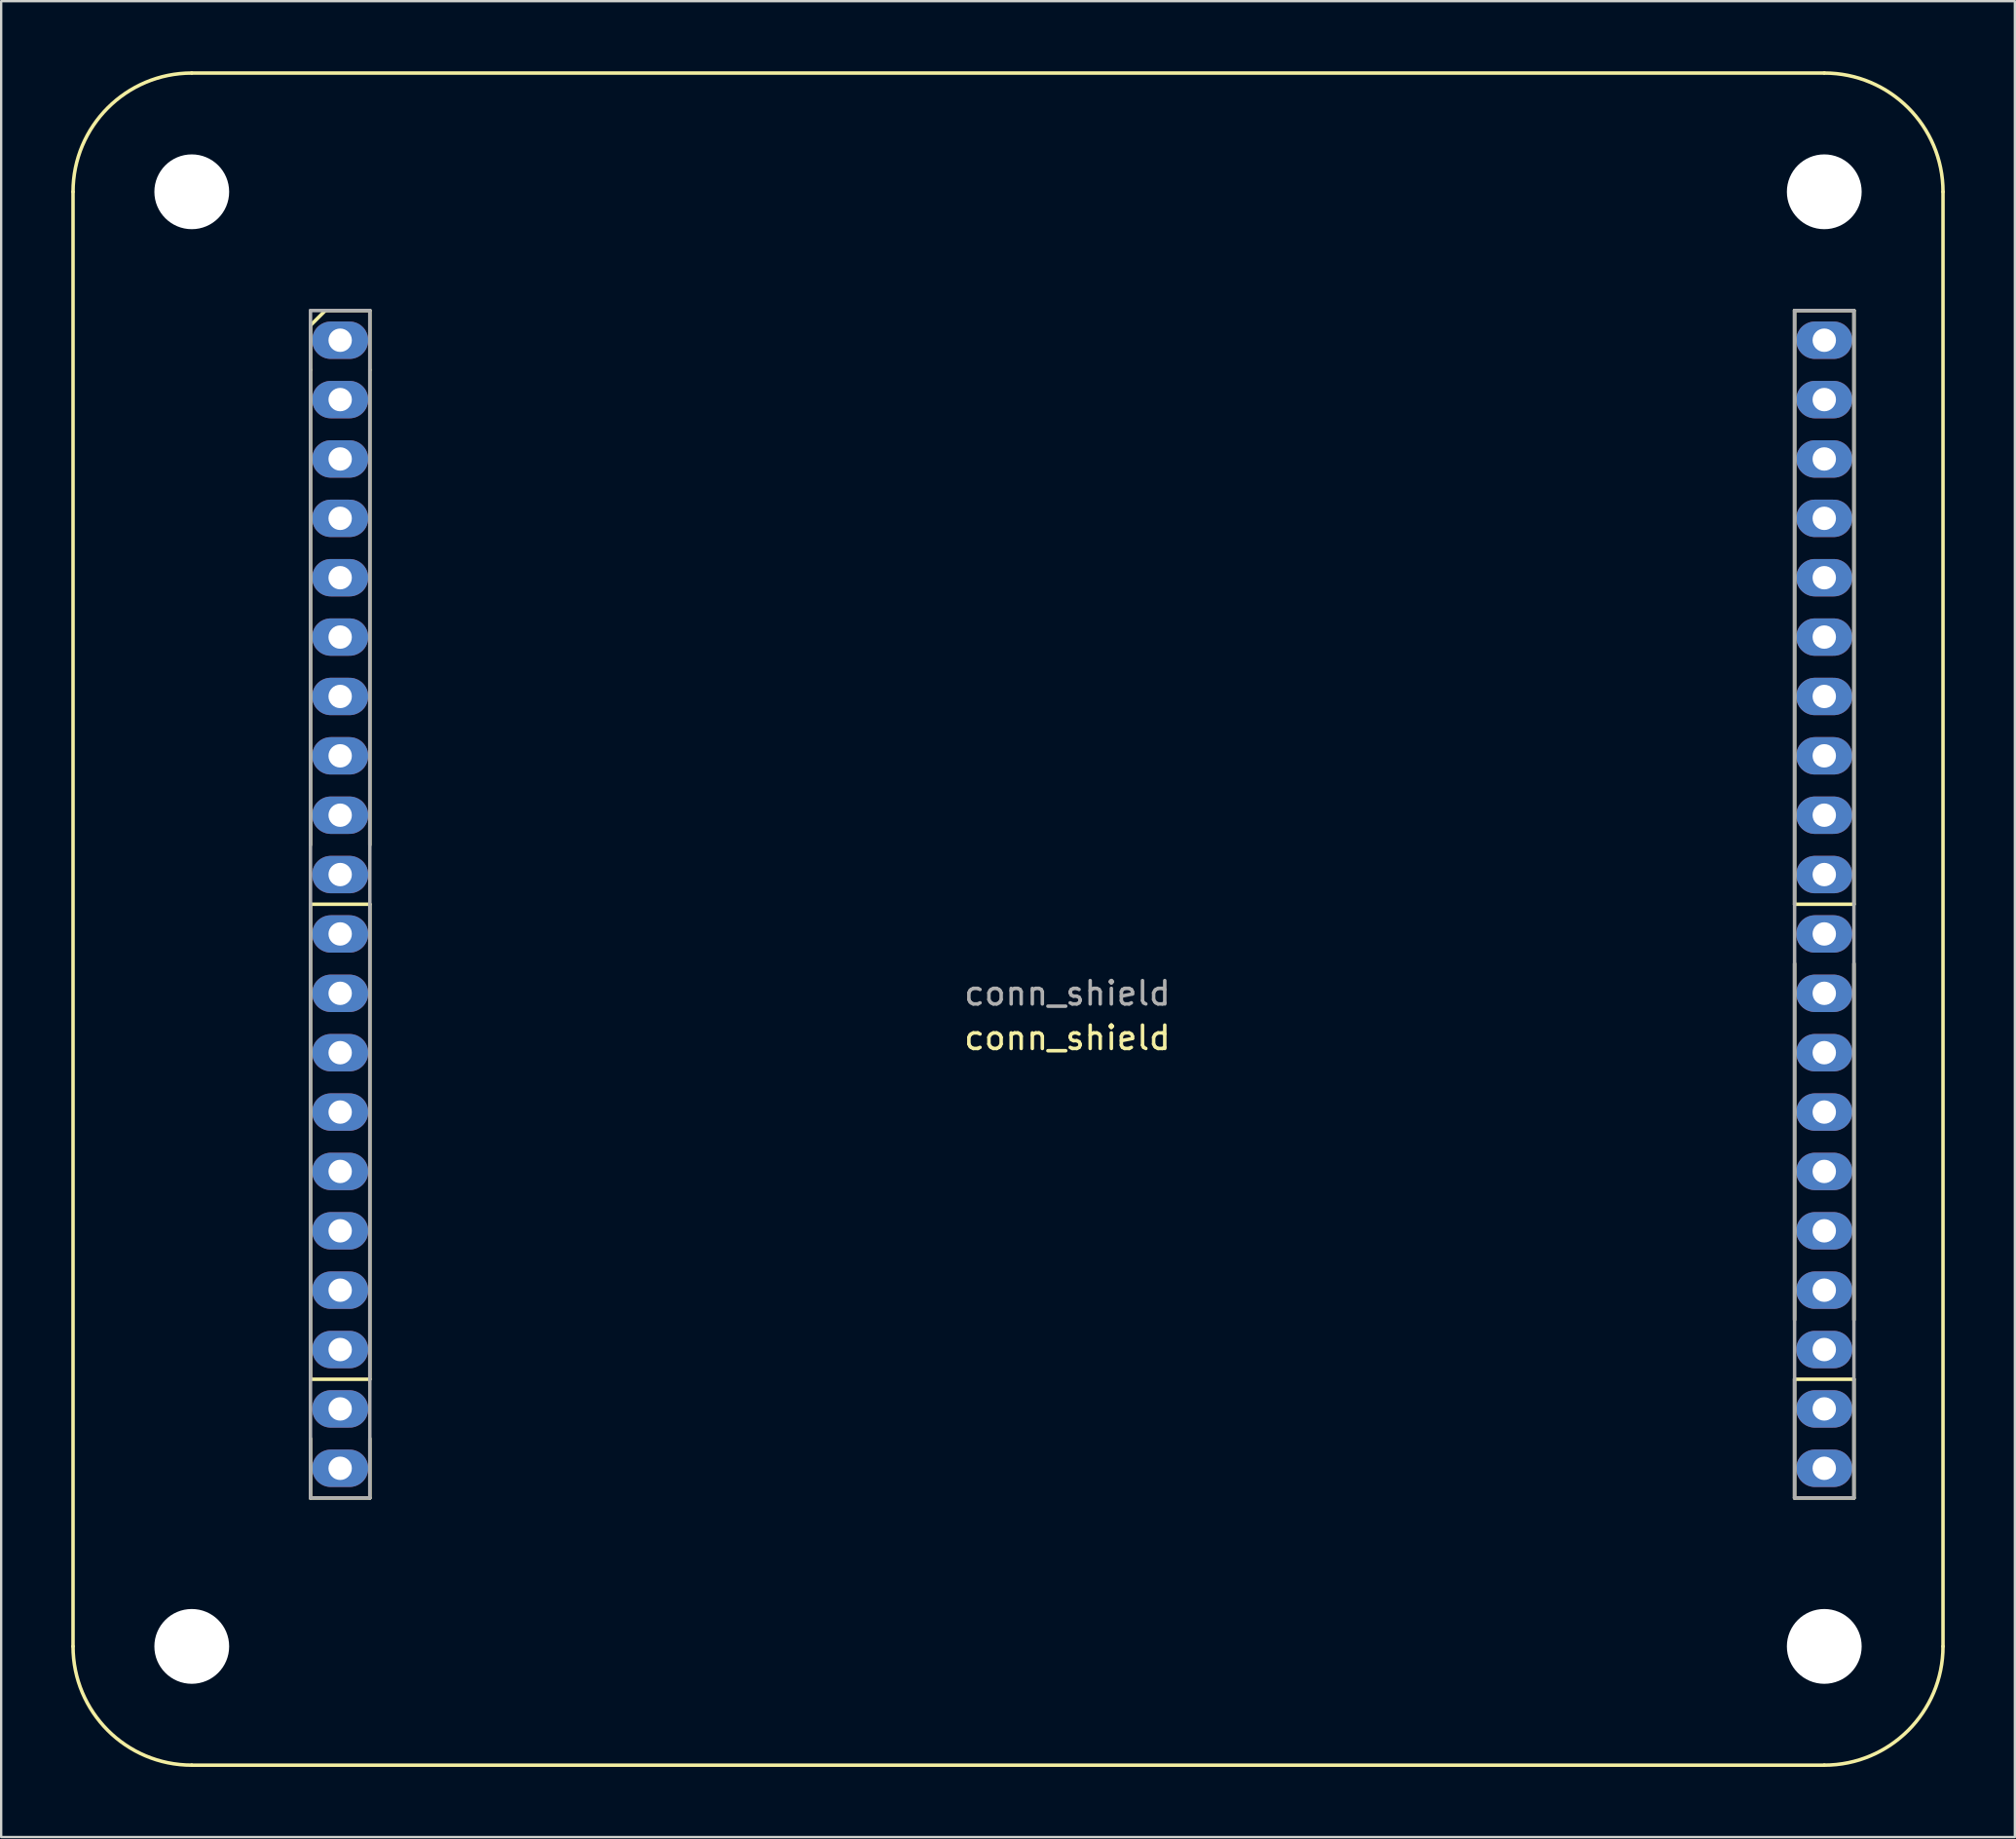
<source format=kicad_pcb>
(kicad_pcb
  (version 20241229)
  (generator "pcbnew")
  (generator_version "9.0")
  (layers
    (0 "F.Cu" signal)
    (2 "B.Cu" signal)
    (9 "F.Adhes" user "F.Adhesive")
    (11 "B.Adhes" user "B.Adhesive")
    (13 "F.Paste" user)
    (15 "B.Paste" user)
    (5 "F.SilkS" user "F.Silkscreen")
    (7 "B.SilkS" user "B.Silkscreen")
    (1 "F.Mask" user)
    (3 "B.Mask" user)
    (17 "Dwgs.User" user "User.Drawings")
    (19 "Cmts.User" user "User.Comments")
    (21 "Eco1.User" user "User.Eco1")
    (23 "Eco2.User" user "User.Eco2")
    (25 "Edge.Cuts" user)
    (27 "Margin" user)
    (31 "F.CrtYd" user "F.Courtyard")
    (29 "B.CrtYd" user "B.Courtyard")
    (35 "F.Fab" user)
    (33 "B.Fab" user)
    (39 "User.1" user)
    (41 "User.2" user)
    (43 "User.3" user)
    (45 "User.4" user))
  (footprint "conn_shield"
    (layer "F.Cu")
    (at 11.505 59.765)
    (property "Reference" "conn_shield" (at 31.115 -18.415 180) (layer "F.SilkS") (effects (font (size 1 1) (thickness 0.15))))
    (attr through_hole)
    (fp_line (start -11.43 -54.61) (end -11.43 7.62) (stroke (width 0.15) (type solid)) (layer "F.SilkS"))
    (fp_line (start -6.35 12.7) (end 63.5 12.7) (stroke (width 0.15) (type solid)) (layer "F.SilkS"))
    (fp_line (start -1.27 -48.895) (end -1.27 -46.99) (stroke (width 0.15) (type solid)) (layer "F.SilkS"))
    (fp_line (start -1.27 -48.895) (end -0.635 -49.53) (stroke (width 0.15) (type solid)) (layer "F.SilkS"))
    (fp_line (start -1.27 -46.99) (end -1.27 -26.67) (stroke (width 0.15) (type solid)) (layer "F.SilkS"))
    (fp_line (start -1.27 -24.13) (end -1.27 -3.81) (stroke (width 0.15) (type solid)) (layer "F.SilkS"))
    (fp_line (start -1.27 -3.81) (end 1.27 -3.81) (stroke (width 0.15) (type solid)) (layer "F.SilkS"))
    (fp_line (start -1.27 -1.27) (end -1.27 1.27) (stroke (width 0.15) (type solid)) (layer "F.SilkS"))
    (fp_line (start -1.27 1.27) (end 1.27 1.27) (stroke (width 0.15) (type solid)) (layer "F.SilkS"))
    (fp_line (start -0.635 -49.53) (end 1.27 -49.53) (stroke (width 0.15) (type solid)) (layer "F.SilkS"))
    (fp_line (start 1.27 -49.53) (end 1.27 -46.99) (stroke (width 0.15) (type solid)) (layer "F.SilkS"))
    (fp_line (start 1.27 -26.67) (end 1.27 -46.99) (stroke (width 0.15) (type solid)) (layer "F.SilkS"))
    (fp_line (start 1.27 -24.13) (end -1.27 -24.13) (stroke (width 0.15) (type solid)) (layer "F.SilkS"))
    (fp_line (start 1.27 -3.81) (end 1.27 -24.13) (stroke (width 0.15) (type solid)) (layer "F.SilkS"))
    (fp_line (start 1.27 1.27) (end 1.27 -1.27) (stroke (width 0.15) (type solid)) (layer "F.SilkS"))
    (fp_line (start 62.23 -49.53) (end 64.77 -49.53) (stroke (width 0.15) (type solid)) (layer "F.SilkS"))
    (fp_line (start 62.23 -24.13) (end 62.23 -49.53) (stroke (width 0.15) (type solid)) (layer "F.SilkS"))
    (fp_line (start 62.23 -21.59) (end 62.23 -6.35) (stroke (width 0.15) (type solid)) (layer "F.SilkS"))
    (fp_line (start 62.23 -3.81) (end 62.23 1.27) (stroke (width 0.15) (type solid)) (layer "F.SilkS"))
    (fp_line (start 62.23 1.27) (end 64.77 1.27) (stroke (width 0.15) (type solid)) (layer "F.SilkS"))
    (fp_line (start 63.5 -59.69) (end -6.35 -59.69) (stroke (width 0.15) (type solid)) (layer "F.SilkS"))
    (fp_line (start 64.77 -49.53) (end 64.77 -24.13) (stroke (width 0.15) (type solid)) (layer "F.SilkS"))
    (fp_line (start 64.77 -24.13) (end 62.23 -24.13) (stroke (width 0.15) (type solid)) (layer "F.SilkS"))
    (fp_line (start 64.77 -6.35) (end 64.77 -21.59) (stroke (width 0.15) (type solid)) (layer "F.SilkS"))
    (fp_line (start 64.77 -3.81) (end 62.23 -3.81) (stroke (width 0.15) (type solid)) (layer "F.SilkS"))
    (fp_line (start 64.77 1.27) (end 64.77 -3.81) (stroke (width 0.15) (type solid)) (layer "F.SilkS"))
    (fp_line (start 68.58 -54.61) (end 68.58 7.62) (stroke (width 0.15) (type solid)) (layer "F.SilkS"))
    (fp_arc (start -11.43 -54.61) (mid -9.942102 -58.202102) (end -6.35 -59.69) (stroke (width 0.15) (type solid)) (layer "F.SilkS"))
    (fp_arc (start -6.35 12.7) (mid -9.942102 11.212102) (end -11.43 7.62) (stroke (width 0.15) (type solid)) (layer "F.SilkS"))
    (fp_arc (start 63.5 -59.69) (mid 67.092102 -58.202102) (end 68.58 -54.61) (stroke (width 0.15) (type solid)) (layer "F.SilkS"))
    (fp_arc (start 68.58 7.62) (mid 67.092102 11.212102) (end 63.5 12.7) (stroke (width 0.15) (type solid)) (layer "F.SilkS"))
    (fp_line (start -1.27 -49.53) (end -1.27 1.27) (stroke (width 0.15) (type solid)) (layer "F.Fab"))
    (fp_line (start -1.27 1.27) (end 1.27 1.27) (stroke (width 0.15) (type solid)) (layer "F.Fab"))
    (fp_line (start 1.27 -49.53) (end -1.27 -49.53) (stroke (width 0.15) (type solid)) (layer "F.Fab"))
    (fp_line (start 1.27 1.27) (end 1.27 -49.53) (stroke (width 0.15) (type solid)) (layer "F.Fab"))
    (fp_line (start 62.23 -49.53) (end 64.77 -49.53) (stroke (width 0.15) (type solid)) (layer "F.Fab"))
    (fp_line (start 62.23 1.27) (end 62.23 -49.53) (stroke (width 0.15) (type solid)) (layer "F.Fab"))
    (fp_line (start 64.77 -49.53) (end 64.77 1.27) (stroke (width 0.15) (type solid)) (layer "F.Fab"))
    (fp_line (start 64.77 1.27) (end 62.23 1.27) (stroke (width 0.15) (type solid)) (layer "F.Fab"))
    (fp_text user "${REFERENCE}" (at 31.115 -20.32 0) (layer "F.Fab") (effects (font (size 1 1) (thickness 0.15))))
    (pad "" np_thru_hole circle (at -6.35 -54.61) (size 3.2 3.2) (drill 3.2) (layers "*.Cu" "*.Mask"))
    (pad "" np_thru_hole circle (at -6.35 7.62) (size 3.2 3.2) (drill 3.2) (layers "*.Cu" "*.Mask"))
    (pad "" np_thru_hole circle (at 63.5 -54.61) (size 3.2 3.2) (drill 3.2) (layers "*.Cu" "*.Mask"))
    (pad "" np_thru_hole circle (at 63.5 7.62) (size 3.2 3.2) (drill 3.2) (layers "*.Cu" "*.Mask"))
    (pad "A0" thru_hole oval (at 63.5 -17.78) (size 2.4 1.6) (drill 1) (layers "*.Cu" "*.Mask"))
    (pad "A1" thru_hole oval (at 63.5 -20.32) (size 2.4 1.6) (drill 1) (layers "*.Cu" "*.Mask"))
    (pad "A7" thru_hole oval (at 0 -30.48) (size 2.4 1.6) (drill 1) (layers "*.Cu" "*.Mask"))
    (pad "A8" thru_hole oval (at 0 -33.02) (size 2.4 1.6) (drill 1) (layers "*.Cu" "*.Mask"))
    (pad "A9" thru_hole oval (at 0 -35.56) (size 2.4 1.6) (drill 1) (layers "*.Cu" "*.Mask"))
    (pad "A10" thru_hole oval (at 0 -38.1) (size 2.4 1.6) (drill 1) (layers "*.Cu" "*.Mask"))
    (pad "B0" thru_hole oval (at 63.5 -7.62) (size 2.4 1.6) (drill 1) (layers "*.Cu" "*.Mask"))
    (pad "B1" thru_hole oval (at 63.5 -10.16) (size 2.4 1.6) (drill 1) (layers "*.Cu" "*.Mask"))
    (pad "B2" thru_hole oval (at 63.5 -12.7) (size 2.4 1.6) (drill 1) (layers "*.Cu" "*.Mask"))
    (pad "B3" thru_hole oval (at 63.5 -15.24) (size 2.4 1.6) (drill 1) (layers "*.Cu" "*.Mask"))
    (pad "B4" thru_hole oval (at 0 -7.62) (size 2.4 1.6) (drill 1) (layers "*.Cu" "*.Mask"))
    (pad "B5" thru_hole oval (at 0 -10.16) (size 2.4 1.6) (drill 1) (layers "*.Cu" "*.Mask"))
    (pad "B6" thru_hole oval (at 0 -12.7) (size 2.4 1.6) (drill 1) (layers "*.Cu" "*.Mask"))
    (pad "B7" thru_hole oval (at 0 -15.24) (size 2.4 1.6) (drill 1) (layers "*.Cu" "*.Mask"))
    (pad "B12" thru_hole oval (at 0 -17.78) (size 2.4 1.6) (drill 1) (layers "*.Cu" "*.Mask"))
    (pad "B13" thru_hole oval (at 0 -20.32) (size 2.4 1.6) (drill 1) (layers "*.Cu" "*.Mask"))
    (pad "C0" thru_hole oval (at 63.5 -25.4) (size 2.4 1.6) (drill 1) (layers "*.Cu" "*.Mask"))
    (pad "C1" thru_hole oval (at 63.5 -27.94) (size 2.4 1.6) (drill 1) (layers "*.Cu" "*.Mask"))
    (pad "C2" thru_hole oval (at 63.5 -30.48) (size 2.4 1.6) (drill 1) (layers "*.Cu" "*.Mask"))
    (pad "C3" thru_hole oval (at 63.5 -33.02) (size 2.4 1.6) (drill 1) (layers "*.Cu" "*.Mask"))
    (pad "C4" thru_hole oval (at 63.5 -35.56) (size 2.4 1.6) (drill 1) (layers "*.Cu" "*.Mask"))
    (pad "C5" thru_hole oval (at 63.5 -38.1) (size 2.4 1.6) (drill 1) (layers "*.Cu" "*.Mask"))
    (pad "C6" thru_hole oval (at 63.5 -40.64) (size 2.4 1.6) (drill 1) (layers "*.Cu" "*.Mask"))
    (pad "C7" thru_hole oval (at 63.5 -43.18) (size 2.4 1.6) (drill 1) (layers "*.Cu" "*.Mask"))
    (pad "C8" thru_hole oval (at 0 -25.4) (size 2.4 1.6) (drill 1) (layers "*.Cu" "*.Mask"))
    (pad "C9" thru_hole oval (at 0 -27.94) (size 2.4 1.6) (drill 1) (layers "*.Cu" "*.Mask"))
    (pad "G1" thru_hole oval (at 63.5 0) (size 2.4 1.6) (drill 1) (layers "*.Cu" "*.Mask"))
    (pad "G2" thru_hole oval (at 63.5 -22.86) (size 2.4 1.6) (drill 1) (layers "*.Cu" "*.Mask"))
    (pad "G3" thru_hole oval (at 63.5 -48.26) (size 2.4 1.6) (drill 1) (layers "*.Cu" "*.Mask"))
    (pad "G4" thru_hole oval (at 0 0) (size 2.4 1.6) (drill 1) (layers "*.Cu" "*.Mask"))
    (pad "G5" thru_hole oval (at 0 -22.86) (size 2.4 1.6) (drill 1) (layers "*.Cu" "*.Mask"))
    (pad "G6" thru_hole oval (at 0 -48.26) (size 2.4 1.6) (drill 1) (layers "*.Cu" "*.Mask"))
    (pad "L1" thru_hole oval (at 0 -43.18) (size 2.4 1.6) (drill 1) (layers "*.Cu" "*.Mask"))
    (pad "V31" thru_hole oval (at 63.5 -2.54) (size 2.4 1.6) (drill 1) (layers "*.Cu" "*.Mask"))
    (pad "V32" thru_hole oval (at 63.5 -45.72) (size 2.4 1.6) (drill 1) (layers "*.Cu" "*.Mask"))
    (pad "V33" thru_hole oval (at 0 -2.54) (size 2.4 1.6) (drill 1) (layers "*.Cu" "*.Mask"))
    (pad "V34" thru_hole oval (at 0 -40.64) (size 2.4 1.6) (drill 1) (layers "*.Cu" "*.Mask"))
    (pad "V51" thru_hole oval (at 63.5 -5.08) (size 2.4 1.6) (drill 1) (layers "*.Cu" "*.Mask"))
    (pad "V52" thru_hole oval (at 0 -5.08) (size 2.4 1.6) (drill 1) (layers "*.Cu" "*.Mask"))
    (pad "V53" thru_hole oval (at 0 -45.72) (size 2.4 1.6) (drill 1) (layers "*.Cu" "*.Mask")))
  (gr_rect
    (start -3 -3)
    (end 83.16 75.54)
    (stroke (width 0.1) (type default))
    (fill no)
    (layer "Edge.Cuts")))
</source>
